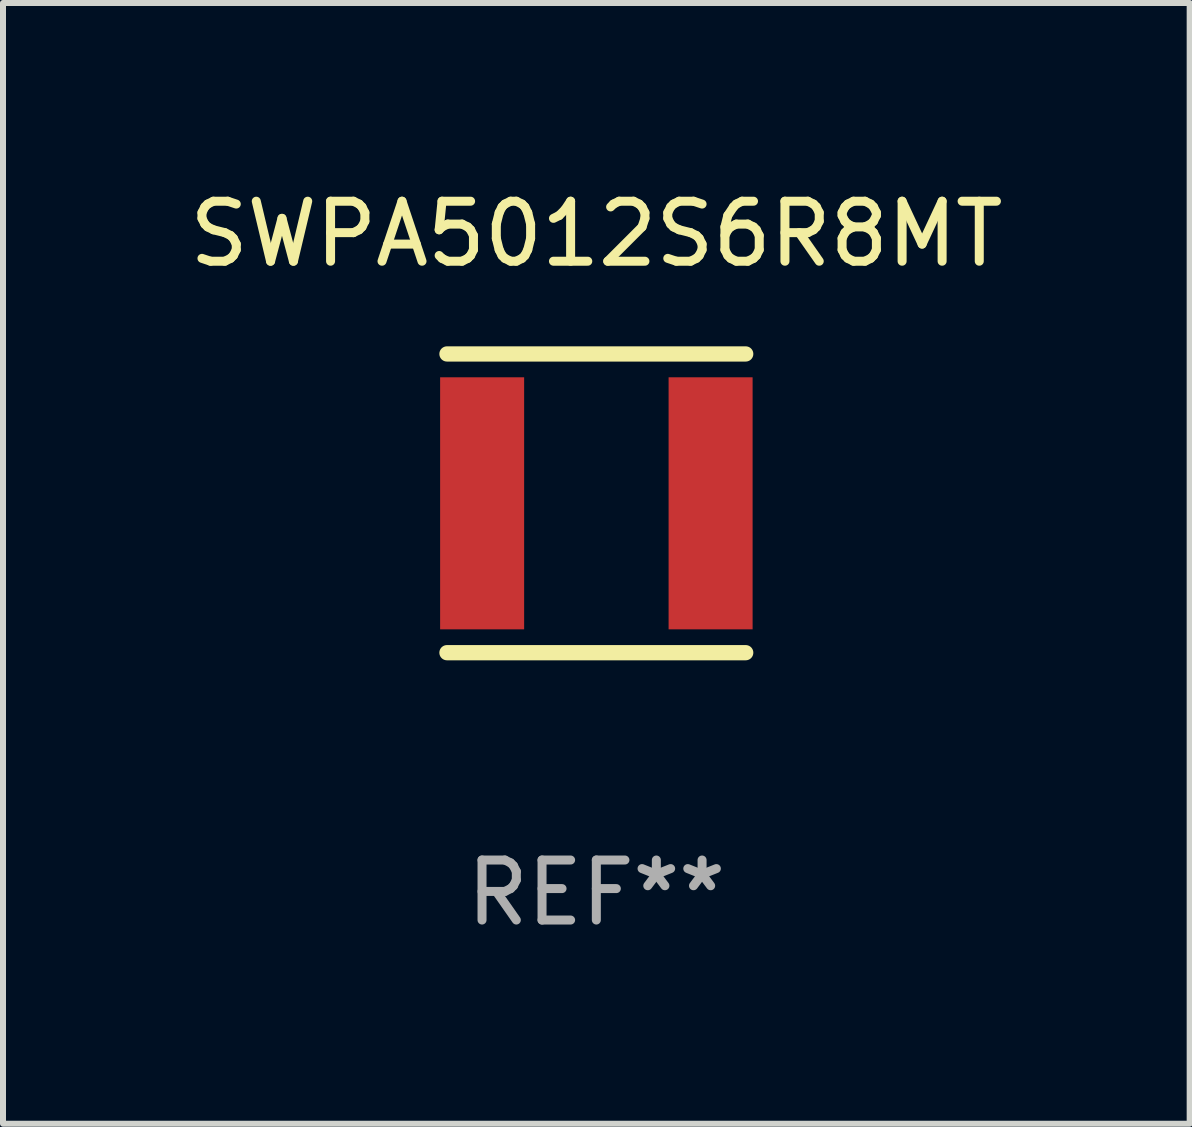
<source format=kicad_pcb>
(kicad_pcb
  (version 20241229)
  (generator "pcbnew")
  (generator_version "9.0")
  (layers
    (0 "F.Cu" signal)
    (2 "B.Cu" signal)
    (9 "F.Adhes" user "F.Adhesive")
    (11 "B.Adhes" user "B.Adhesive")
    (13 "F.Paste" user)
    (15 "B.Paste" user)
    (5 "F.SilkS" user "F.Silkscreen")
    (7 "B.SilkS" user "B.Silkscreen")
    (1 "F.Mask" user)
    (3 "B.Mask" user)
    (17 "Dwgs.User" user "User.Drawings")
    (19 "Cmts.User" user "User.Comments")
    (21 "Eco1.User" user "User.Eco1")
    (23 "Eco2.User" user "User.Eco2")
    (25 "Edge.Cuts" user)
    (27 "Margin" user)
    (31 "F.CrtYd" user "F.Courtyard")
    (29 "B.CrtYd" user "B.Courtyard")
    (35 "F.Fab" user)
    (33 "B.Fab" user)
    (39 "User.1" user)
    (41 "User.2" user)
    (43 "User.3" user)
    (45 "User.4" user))
  (footprint "SWPA5012S6R8MT"
    (layer "F.Cu")
    (at 6.887 5.337)
    (property "Reference" "SWPA5012S6R8MT" (at 0 -4.489 0) (layer "F.SilkS") (effects (font (size 1 1) (thickness 0.15))))
    (attr through_hole)
    (fp_line (start -2.489 -2.489) (end 2.489 -2.489) (stroke (width 0.254) (type solid)) (layer "F.SilkS"))
    (fp_line (start -2.489 2.489) (end 2.489 2.489) (stroke (width 0.254) (type solid)) (layer "F.SilkS"))
    (fp_circle (center -2.499 2.5) (end -2.469 2.5) (stroke (width 0.06) (type solid)) (fill no) (layer "F.SilkS"))
    (fp_text user "REF**" (at 0 6.489 0) (layer "F.Fab") (effects (font (size 1 1) (thickness 0.15))))
    (pad "1" smd rect (at -1.903 -0.000025 270) (size 4.2 1.4) (layers "F.Cu" "F.Mask" "F.Paste"))
    (pad "2" smd rect (at 1.904 -0.000025 270) (size 4.2 1.4) (layers "F.Cu" "F.Mask" "F.Paste")))
  (gr_rect
    (start -3 -3)
    (end 16.774 15.675)
    (stroke (width 0.1) (type default))
    (fill no)
    (layer "Edge.Cuts")))
</source>
